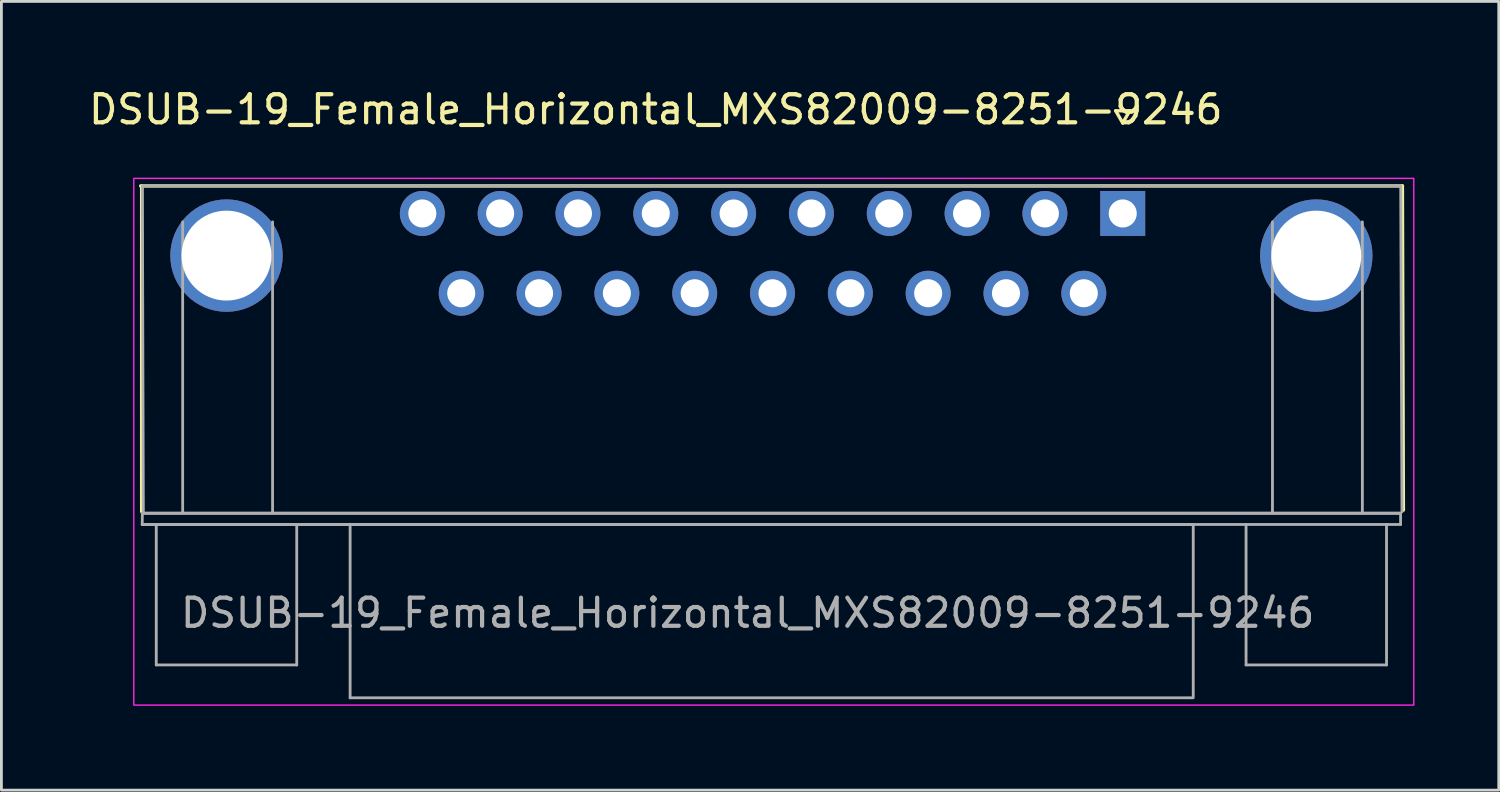
<source format=kicad_pcb>
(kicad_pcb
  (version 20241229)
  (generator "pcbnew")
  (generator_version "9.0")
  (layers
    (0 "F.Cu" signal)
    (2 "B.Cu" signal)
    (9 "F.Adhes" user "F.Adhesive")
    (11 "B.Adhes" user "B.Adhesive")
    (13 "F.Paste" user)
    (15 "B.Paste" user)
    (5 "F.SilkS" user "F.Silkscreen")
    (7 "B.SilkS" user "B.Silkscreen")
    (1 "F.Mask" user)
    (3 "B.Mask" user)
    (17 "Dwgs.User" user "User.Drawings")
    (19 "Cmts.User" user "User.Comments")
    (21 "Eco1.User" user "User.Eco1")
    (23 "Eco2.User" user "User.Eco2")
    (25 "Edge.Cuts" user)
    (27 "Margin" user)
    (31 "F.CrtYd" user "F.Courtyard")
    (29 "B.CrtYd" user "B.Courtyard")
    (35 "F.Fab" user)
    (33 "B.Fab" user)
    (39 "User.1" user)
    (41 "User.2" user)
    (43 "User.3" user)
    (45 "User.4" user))
  (footprint "DSUB-19_Female_Horizontal_MXS82009-8251-9246"
    (layer "F.Cu")
    (at 36.912 4.548)
    (property "Reference" "DSUB-19_Female_Horizontal_MXS82009-8251-9246" (at -16.62 -3.7 0) (layer "F.SilkS") (effects (font (size 1 1) (thickness 0.15))))
    (attr through_hole)
    (fp_line (start -34.955 -0.98) (end 9.955 -0.98) (stroke (width 0.12) (type solid)) (layer "F.SilkS"))
    (fp_line (start -34.92 10.61) (end -34.92 -0.98) (stroke (width 0.12) (type solid)) (layer "F.SilkS"))
    (fp_line (start -0.25 -3.654) (end 0.25 -3.654) (stroke (width 0.12) (type solid)) (layer "F.SilkS"))
    (fp_line (start 0 -3.221) (end -0.25 -3.654) (stroke (width 0.12) (type solid)) (layer "F.SilkS"))
    (fp_line (start 0.25 -3.654) (end 0 -3.221) (stroke (width 0.12) (type solid)) (layer "F.SilkS"))
    (fp_line (start 9.955 -0.98) (end 9.99 10.56) (stroke (width 0.12) (type solid)) (layer "F.SilkS"))
    (fp_rect (start -35.2 -1.25) (end 10.36 17.5) (stroke (width 0.05) (type default)) (fill no) (layer "F.CrtYd"))
    (fp_line (start -34.9 10.67) (end 9.89 10.67) (stroke (width 0.1) (type solid)) (layer "F.Fab"))
    (fp_line (start -34.9 11.07) (end 9.89 11.07) (stroke (width 0.1) (type solid)) (layer "F.Fab"))
    (fp_line (start -34.895 10.67) (end -34.9 11.07) (stroke (width 0.1) (type solid)) (layer "F.Fab"))
    (fp_line (start -34.895 -0.98) (end -34.86 10.67) (stroke (width 0.1) (type solid)) (layer "F.Fab"))
    (fp_line (start -34.4 11.07) (end -34.4 16.07) (stroke (width 0.1) (type solid)) (layer "F.Fab"))
    (fp_line (start -34.4 16.07) (end -29.4 16.07) (stroke (width 0.1) (type solid)) (layer "F.Fab"))
    (fp_line (start -33.46 10.65) (end -33.46 0.3) (stroke (width 0.1) (type solid)) (layer "F.Fab"))
    (fp_line (start -30.26 10.65) (end -30.26 0.3) (stroke (width 0.1) (type solid)) (layer "F.Fab"))
    (fp_line (start -29.4 16.07) (end -29.4 11.07) (stroke (width 0.1) (type solid)) (layer "F.Fab"))
    (fp_line (start -27.5 11.06) (end -27.5 17.24) (stroke (width 0.1) (type solid)) (layer "F.Fab"))
    (fp_line (start -27.5 17.24) (end 2.49 17.24) (stroke (width 0.1) (type solid)) (layer "F.Fab"))
    (fp_line (start 2.49 11.07) (end -34.9 11.07) (stroke (width 0.1) (type solid)) (layer "F.Fab"))
    (fp_line (start 2.51 17.235) (end 2.51 11.065) (stroke (width 0.1) (type solid)) (layer "F.Fab"))
    (fp_line (start 4.39 11.07) (end 4.39 16.07) (stroke (width 0.1) (type solid)) (layer "F.Fab"))
    (fp_line (start 4.39 16.07) (end 9.39 16.07) (stroke (width 0.1) (type solid)) (layer "F.Fab"))
    (fp_line (start 5.33 10.67) (end 5.33 0.3) (stroke (width 0.1) (type solid)) (layer "F.Fab"))
    (fp_line (start 8.53 10.67) (end 8.53 0.3) (stroke (width 0.1) (type solid)) (layer "F.Fab"))
    (fp_line (start 9.39 16.07) (end 9.39 11.07) (stroke (width 0.1) (type solid)) (layer "F.Fab"))
    (fp_line (start 9.89 10.67) (end -34.9 10.67) (stroke (width 0.1) (type solid)) (layer "F.Fab"))
    (fp_line (start 9.89 11.07) (end 9.89 10.67) (stroke (width 0.1) (type solid)) (layer "F.Fab"))
    (fp_line (start 9.895 -0.98) (end -34.895 -0.98) (stroke (width 0.1) (type solid)) (layer "F.Fab"))
    (fp_line (start 9.94 10.62) (end 9.895 -0.98) (stroke (width 0.1) (type solid)) (layer "F.Fab"))
    (fp_text user "${REFERENCE}" (at -13.35 14.22 0) (layer "F.Fab") (effects (font (size 1 1) (thickness 0.15))))
    (pad "0" thru_hole circle (at -31.9 1.5) (size 4 4) (drill 3.2) (layers "*.Cu" "*.Mask"))
    (pad "0" thru_hole circle (at 6.89 1.5) (size 4 4) (drill 3.2) (layers "*.Cu" "*.Mask"))
    (pad "1" thru_hole rect (at 0 0) (size 1.6 1.6) (drill 1) (layers "*.Cu" "*.Mask"))
    (pad "2" thru_hole circle (at -2.77 0) (size 1.6 1.6) (drill 1) (layers "*.Cu" "*.Mask"))
    (pad "3" thru_hole circle (at -5.54 0) (size 1.6 1.6) (drill 1) (layers "*.Cu" "*.Mask"))
    (pad "4" thru_hole circle (at -8.31 0) (size 1.6 1.6) (drill 1) (layers "*.Cu" "*.Mask"))
    (pad "5" thru_hole circle (at -11.08 0) (size 1.6 1.6) (drill 1) (layers "*.Cu" "*.Mask"))
    (pad "6" thru_hole circle (at -13.85 0) (size 1.6 1.6) (drill 1) (layers "*.Cu" "*.Mask"))
    (pad "7" thru_hole circle (at -16.62 0) (size 1.6 1.6) (drill 1) (layers "*.Cu" "*.Mask"))
    (pad "8" thru_hole circle (at -19.39 0) (size 1.6 1.6) (drill 1) (layers "*.Cu" "*.Mask"))
    (pad "9" thru_hole circle (at -22.16 0) (size 1.6 1.6) (drill 1) (layers "*.Cu" "*.Mask"))
    (pad "10" thru_hole circle (at -24.93 0) (size 1.6 1.6) (drill 1) (layers "*.Cu" "*.Mask"))
    (pad "11" thru_hole circle (at -1.385 2.84) (size 1.6 1.6) (drill 1) (layers "*.Cu" "*.Mask"))
    (pad "12" thru_hole circle (at -4.155 2.84) (size 1.6 1.6) (drill 1) (layers "*.Cu" "*.Mask"))
    (pad "13" thru_hole circle (at -6.925 2.84) (size 1.6 1.6) (drill 1) (layers "*.Cu" "*.Mask"))
    (pad "14" thru_hole circle (at -9.695 2.84) (size 1.6 1.6) (drill 1) (layers "*.Cu" "*.Mask"))
    (pad "15" thru_hole circle (at -12.465 2.84) (size 1.6 1.6) (drill 1) (layers "*.Cu" "*.Mask"))
    (pad "16" thru_hole circle (at -15.235 2.84) (size 1.6 1.6) (drill 1) (layers "*.Cu" "*.Mask"))
    (pad "17" thru_hole circle (at -18.005 2.84) (size 1.6 1.6) (drill 1) (layers "*.Cu" "*.Mask"))
    (pad "18" thru_hole circle (at -20.775 2.84) (size 1.6 1.6) (drill 1) (layers "*.Cu" "*.Mask"))
    (pad "19" thru_hole circle (at -23.545 2.84) (size 1.6 1.6) (drill 1) (layers "*.Cu" "*.Mask")))
  (gr_rect
    (start -3 -3)
    (end 50.297 25.073)
    (stroke (width 0.1) (type default))
    (fill no)
    (layer "Edge.Cuts")))
</source>
